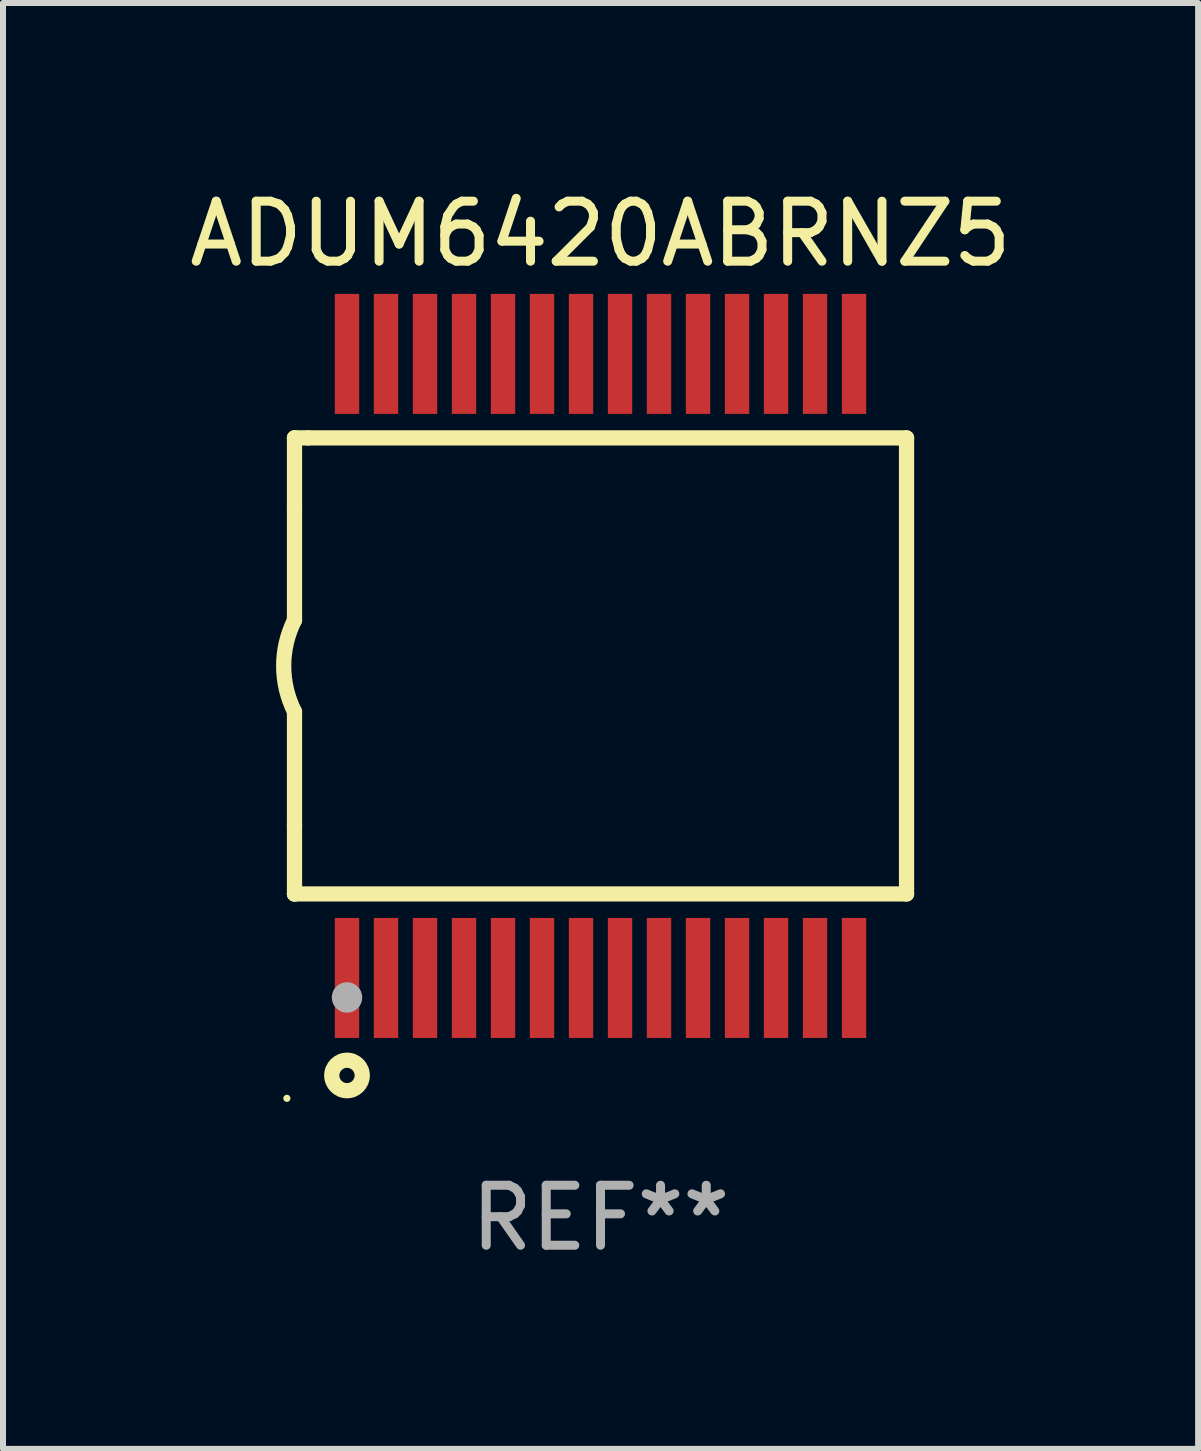
<source format=kicad_pcb>
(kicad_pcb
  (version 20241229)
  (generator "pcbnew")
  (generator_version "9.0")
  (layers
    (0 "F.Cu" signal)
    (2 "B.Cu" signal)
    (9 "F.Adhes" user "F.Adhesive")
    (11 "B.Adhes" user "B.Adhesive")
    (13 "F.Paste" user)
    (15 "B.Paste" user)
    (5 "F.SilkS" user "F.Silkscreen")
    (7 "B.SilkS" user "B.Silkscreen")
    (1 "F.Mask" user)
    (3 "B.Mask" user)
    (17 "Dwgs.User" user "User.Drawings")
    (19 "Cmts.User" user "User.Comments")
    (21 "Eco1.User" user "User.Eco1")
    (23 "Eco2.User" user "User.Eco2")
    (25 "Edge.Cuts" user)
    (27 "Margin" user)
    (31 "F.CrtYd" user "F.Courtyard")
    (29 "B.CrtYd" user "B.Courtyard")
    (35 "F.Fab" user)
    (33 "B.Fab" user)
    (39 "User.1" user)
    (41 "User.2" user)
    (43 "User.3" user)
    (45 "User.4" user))
  (footprint "ADUM6420ABRNZ5"
    (layer "F.Cu")
    (at 6.958 8.048)
    (property "Reference" "ADUM6420ABRNZ5" (at 0 -7.2 0) (layer "F.SilkS") (effects (font (size 1 1) (thickness 0.15))))
    (attr through_hole)
    (fp_line (start -5.1 -3.8) (end -5.1 -3.8) (stroke (width 0.254) (type solid)) (layer "F.SilkS"))
    (fp_line (start -5.1 -3.8) (end -4.875 -3.8) (stroke (width 0.254) (type solid)) (layer "F.SilkS"))
    (fp_line (start -5.1 -2.65) (end -5.1 -3.8) (stroke (width 0.254) (type solid)) (layer "F.SilkS"))
    (fp_line (start -5.1 3.8) (end -5.1 2.65) (stroke (width 0.254) (type solid)) (layer "F.SilkS"))
    (fp_line (start -5.1 3.8) (end -5.1 3.8) (stroke (width 0.254) (type solid)) (layer "F.SilkS"))
    (fp_line (start -5.1 -2.65) (end -5.1 -0.762) (stroke (width 0.254) (type solid)) (layer "F.SilkS"))
    (fp_line (start -5.1 2.65) (end -5.1 0.762) (stroke (width 0.254) (type solid)) (layer "F.SilkS"))
    (fp_line (start 5.1 -3.8) (end -4.875 -3.8) (stroke (width 0.254) (type solid)) (layer "F.SilkS"))
    (fp_line (start 5.1 3.8) (end 5.1 -3.8) (stroke (width 0.254) (type solid)) (layer "F.SilkS"))
    (fp_line (start 5.1 3.8) (end -5.1 3.8) (stroke (width 0.254) (type solid)) (layer "F.SilkS"))
    (fp_arc (start -5.10033 0.762001) (mid -5.280101 -0.000039) (end -5.1 -0.762002) (stroke (width 0.254001) (type solid)) (layer "F.SilkS"))
    (fp_circle (center -5.227 7.206) (end -5.197 7.206) (stroke (width 0.06) (type solid)) (fill no) (layer "F.SilkS"))
    (fp_circle (center -4.225 6.825) (end -3.971 6.825) (stroke (width 0.254) (type solid)) (fill no) (layer "F.SilkS"))
    (fp_circle (center -4.225 5.525) (end -4.098 5.525) (stroke (width 0.254) (type solid)) (fill no) (layer "F.Fab"))
    (fp_text user "REF**" (at 0 9.2 0) (layer "F.Fab") (effects (font (size 1 1) (thickness 0.15))))
    (pad "1" smd rect (at -4.225 5.2 90) (size 2 0.406) (layers "F.Cu" "F.Mask" "F.Paste"))
    (pad "2" smd rect (at -3.575 5.2 90) (size 2 0.406) (layers "F.Cu" "F.Mask" "F.Paste"))
    (pad "3" smd rect (at -2.925 5.2 90) (size 2 0.406) (layers "F.Cu" "F.Mask" "F.Paste"))
    (pad "4" smd rect (at -2.275 5.2 90) (size 2 0.406) (layers "F.Cu" "F.Mask" "F.Paste"))
    (pad "5" smd rect (at -1.625 5.2 90) (size 2 0.406) (layers "F.Cu" "F.Mask" "F.Paste"))
    (pad "6" smd rect (at -0.975 5.2 90) (size 2 0.406) (layers "F.Cu" "F.Mask" "F.Paste"))
    (pad "7" smd rect (at -0.325 5.2 90) (size 2 0.406) (layers "F.Cu" "F.Mask" "F.Paste"))
    (pad "8" smd rect (at 0.325 5.2 90) (size 2 0.406) (layers "F.Cu" "F.Mask" "F.Paste"))
    (pad "9" smd rect (at 0.975 5.2 90) (size 2 0.406) (layers "F.Cu" "F.Mask" "F.Paste"))
    (pad "10" smd rect (at 1.625 5.2 90) (size 2 0.406) (layers "F.Cu" "F.Mask" "F.Paste"))
    (pad "11" smd rect (at 2.275 5.2 90) (size 2 0.406) (layers "F.Cu" "F.Mask" "F.Paste"))
    (pad "12" smd rect (at 2.925 5.2 90) (size 2 0.406) (layers "F.Cu" "F.Mask" "F.Paste"))
    (pad "13" smd rect (at 3.575 5.2 90) (size 2 0.406) (layers "F.Cu" "F.Mask" "F.Paste"))
    (pad "14" smd rect (at 4.225 5.2 90) (size 2 0.406) (layers "F.Cu" "F.Mask" "F.Paste"))
    (pad "15" smd rect (at 4.225 -5.2 90) (size 2 0.406) (layers "F.Cu" "F.Mask" "F.Paste"))
    (pad "16" smd rect (at 3.575 -5.2 90) (size 2 0.406) (layers "F.Cu" "F.Mask" "F.Paste"))
    (pad "17" smd rect (at 2.925 -5.2 90) (size 2 0.406) (layers "F.Cu" "F.Mask" "F.Paste"))
    (pad "18" smd rect (at 2.275 -5.2 90) (size 2 0.406) (layers "F.Cu" "F.Mask" "F.Paste"))
    (pad "19" smd rect (at 1.625 -5.2 90) (size 2 0.406) (layers "F.Cu" "F.Mask" "F.Paste"))
    (pad "20" smd rect (at 0.975 -5.2 90) (size 2 0.406) (layers "F.Cu" "F.Mask" "F.Paste"))
    (pad "21" smd rect (at 0.325 -5.2 90) (size 2 0.406) (layers "F.Cu" "F.Mask" "F.Paste"))
    (pad "22" smd rect (at -0.325 -5.2 90) (size 2 0.406) (layers "F.Cu" "F.Mask" "F.Paste"))
    (pad "23" smd rect (at -0.975 -5.2 90) (size 2 0.406) (layers "F.Cu" "F.Mask" "F.Paste"))
    (pad "24" smd rect (at -1.625 -5.2 90) (size 2 0.406) (layers "F.Cu" "F.Mask" "F.Paste"))
    (pad "25" smd rect (at -2.275 -5.2 90) (size 2 0.406) (layers "F.Cu" "F.Mask" "F.Paste"))
    (pad "26" smd rect (at -2.925 -5.2 90) (size 2 0.406) (layers "F.Cu" "F.Mask" "F.Paste"))
    (pad "27" smd rect (at -3.575 -5.2 90) (size 2 0.406) (layers "F.Cu" "F.Mask" "F.Paste"))
    (pad "28" smd rect (at -4.225 -5.2 90) (size 2 0.406) (layers "F.Cu" "F.Mask" "F.Paste")))
  (gr_rect
    (start -3 -3)
    (end 16.917 21.096)
    (stroke (width 0.1) (type default))
    (fill no)
    (layer "Edge.Cuts")))
</source>
